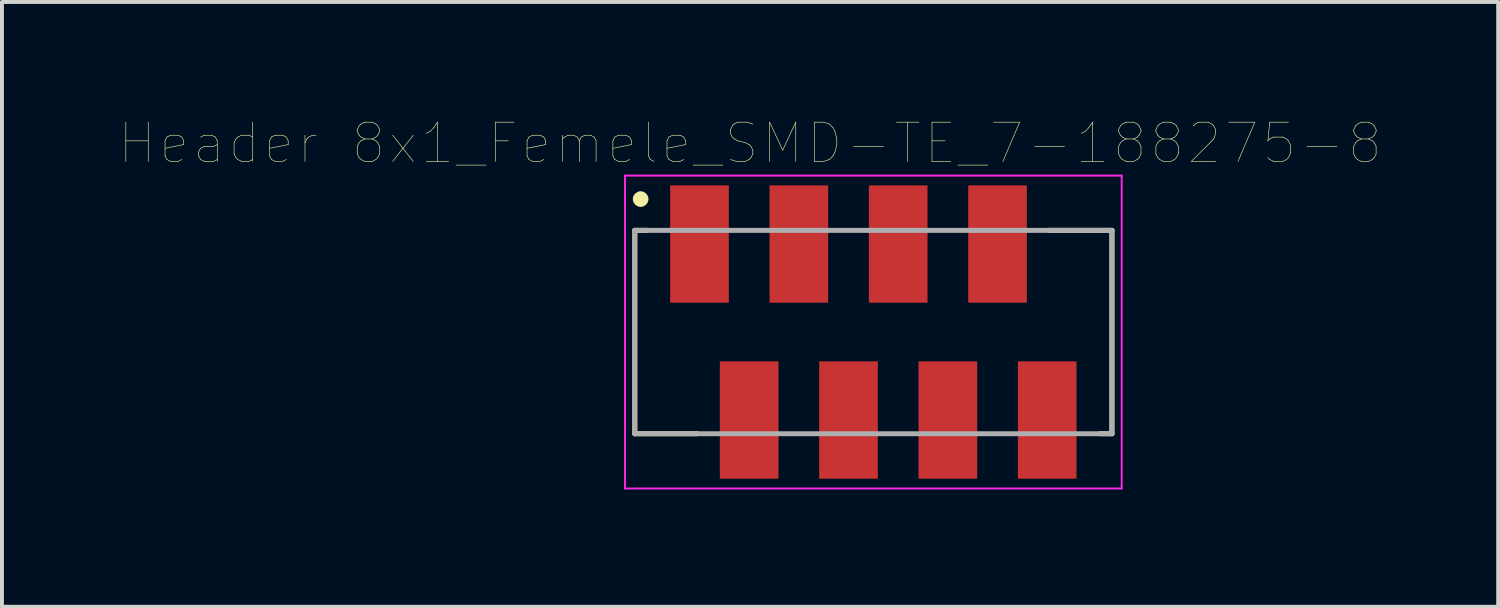
<source format=kicad_pcb>
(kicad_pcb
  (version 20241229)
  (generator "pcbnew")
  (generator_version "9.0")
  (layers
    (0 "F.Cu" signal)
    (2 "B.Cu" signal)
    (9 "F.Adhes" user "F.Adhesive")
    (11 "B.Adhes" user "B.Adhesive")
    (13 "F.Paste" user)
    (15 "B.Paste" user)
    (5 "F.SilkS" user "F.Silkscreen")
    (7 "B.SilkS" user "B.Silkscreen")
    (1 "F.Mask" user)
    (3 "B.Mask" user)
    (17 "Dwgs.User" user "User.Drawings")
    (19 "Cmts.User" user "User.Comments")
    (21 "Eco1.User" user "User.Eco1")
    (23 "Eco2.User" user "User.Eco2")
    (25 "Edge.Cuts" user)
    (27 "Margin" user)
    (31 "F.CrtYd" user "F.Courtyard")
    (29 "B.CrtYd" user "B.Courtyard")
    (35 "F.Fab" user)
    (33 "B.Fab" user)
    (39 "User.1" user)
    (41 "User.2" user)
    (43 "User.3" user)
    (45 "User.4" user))
  (footprint "Header 8x1_Femele_SMD-TE_7-188275-8"
    (layer "F.Cu")
    (at 19.281 5.44)
    (property "Reference" "Header 8x1_Femele_SMD-TE_7-188275-8" (at -3.153 -4.827 0) (layer "F.SilkS") (effects (font (size 1.002 1.002) (thickness 0.015))))
    (attr through_hole)
    (fp_line (start -6.1 -2.6) (end -6.1 2.6) (stroke (width 0.127) (type solid)) (layer "F.SilkS"))
    (fp_line (start -6.1 2.6) (end -4.5 2.6) (stroke (width 0.127) (type solid)) (layer "F.SilkS"))
    (fp_line (start -5.8 -2.6) (end -6.1 -2.6) (stroke (width 0.127) (type solid)) (layer "F.SilkS"))
    (fp_line (start 5.8 2.6) (end 6.1 2.6) (stroke (width 0.127) (type solid)) (layer "F.SilkS"))
    (fp_line (start 6.1 -2.6) (end 4.5 -2.6) (stroke (width 0.127) (type solid)) (layer "F.SilkS"))
    (fp_line (start 6.1 2.6) (end 6.1 -2.6) (stroke (width 0.127) (type solid)) (layer "F.SilkS"))
    (fp_circle (center -5.95 -3.4) (end -5.85 -3.4) (stroke (width 0.2) (type solid)) (fill no) (layer "F.SilkS"))
    (fp_line (start -6.35 -4) (end 6.35 -4) (stroke (width 0.05) (type solid)) (layer "F.CrtYd"))
    (fp_line (start -6.35 4) (end -6.35 -4) (stroke (width 0.05) (type solid)) (layer "F.CrtYd"))
    (fp_line (start 6.35 -4) (end 6.35 4) (stroke (width 0.05) (type solid)) (layer "F.CrtYd"))
    (fp_line (start 6.35 4) (end -6.35 4) (stroke (width 0.05) (type solid)) (layer "F.CrtYd"))
    (fp_line (start -6.1 -2.6) (end -6.1 2.6) (stroke (width 0.127) (type solid)) (layer "F.Fab"))
    (fp_line (start -6.1 -2.6) (end 6.1 -2.6) (stroke (width 0.127) (type solid)) (layer "F.Fab"))
    (fp_line (start 6.1 2.6) (end -6.1 2.6) (stroke (width 0.127) (type solid)) (layer "F.Fab"))
    (fp_line (start 6.1 2.6) (end 6.1 -2.6) (stroke (width 0.127) (type solid)) (layer "F.Fab"))
    (pad "1" smd rect (at -4.445 -2.25) (size 1.5 3) (layers "F.Cu" "F.Mask" "F.Paste"))
    (pad "2" smd rect (at -3.175 2.25) (size 1.5 3) (layers "F.Cu" "F.Mask" "F.Paste"))
    (pad "3" smd rect (at -1.905 -2.25) (size 1.5 3) (layers "F.Cu" "F.Mask" "F.Paste"))
    (pad "4" smd rect (at -0.635 2.25) (size 1.5 3) (layers "F.Cu" "F.Mask" "F.Paste"))
    (pad "5" smd rect (at 0.635 -2.25) (size 1.5 3) (layers "F.Cu" "F.Mask" "F.Paste"))
    (pad "6" smd rect (at 1.905 2.25) (size 1.5 3) (layers "F.Cu" "F.Mask" "F.Paste"))
    (pad "7" smd rect (at 3.175 -2.25) (size 1.5 3) (layers "F.Cu" "F.Mask" "F.Paste"))
    (pad "8" smd rect (at 4.445 2.25) (size 1.5 3) (layers "F.Cu" "F.Mask" "F.Paste")))
  (gr_rect
    (start -3 -3)
    (end 35.257 12.465)
    (stroke (width 0.1) (type default))
    (fill no)
    (layer "Edge.Cuts")))
</source>
